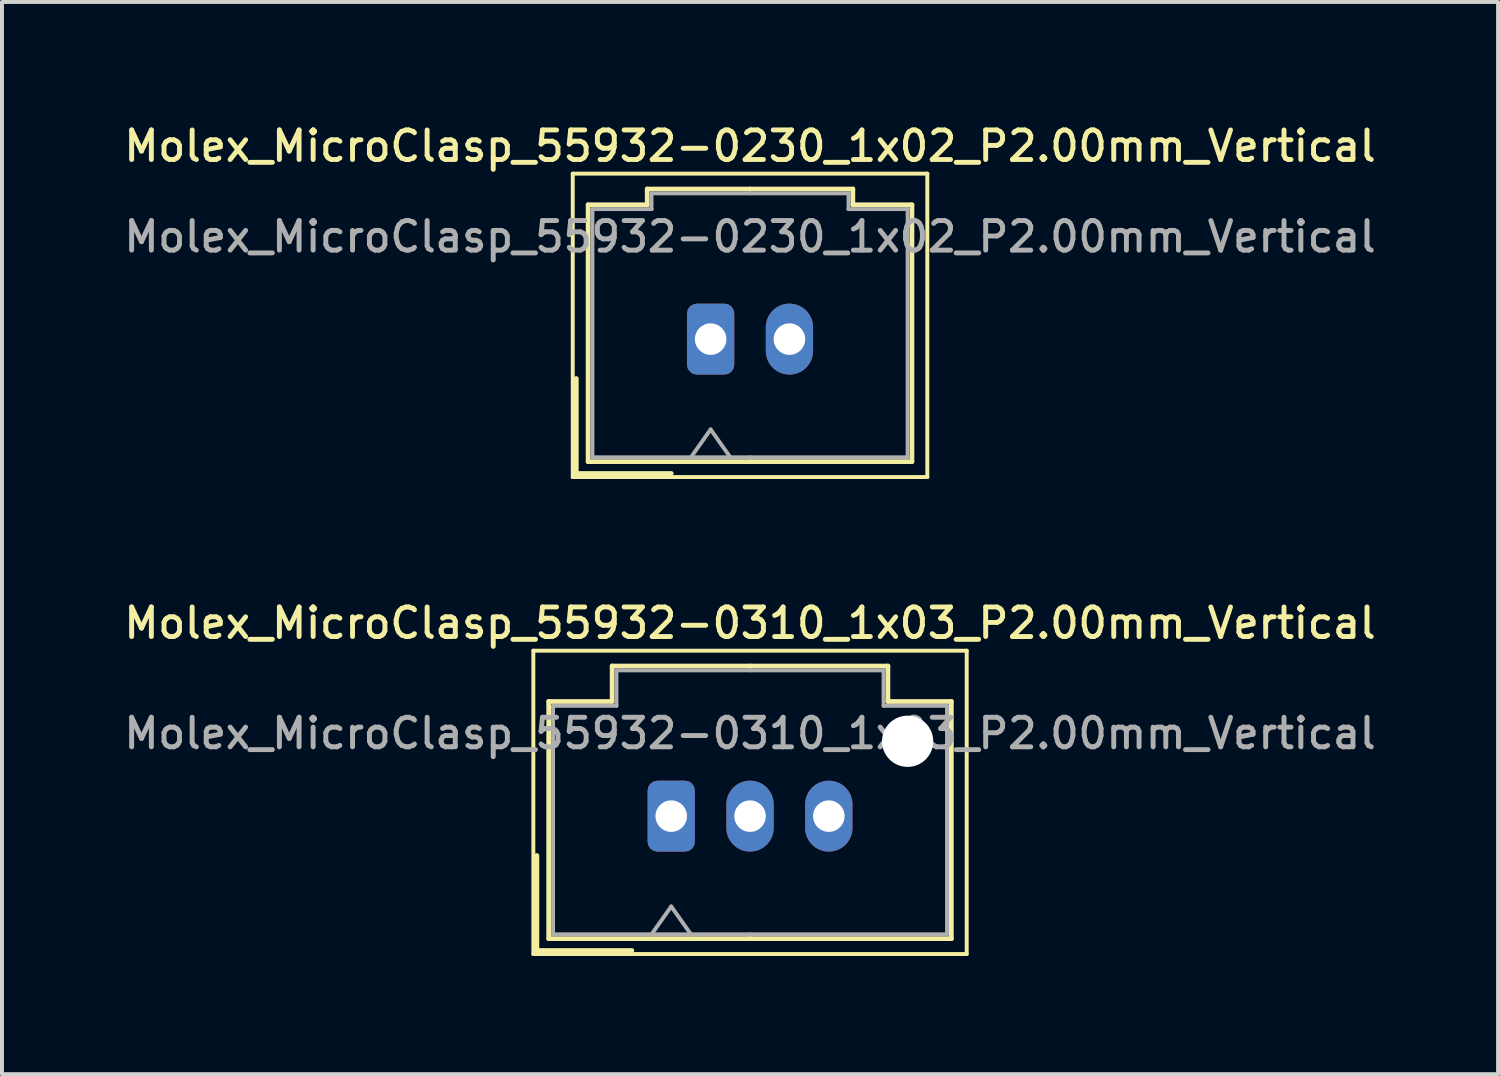
<source format=kicad_pcb>
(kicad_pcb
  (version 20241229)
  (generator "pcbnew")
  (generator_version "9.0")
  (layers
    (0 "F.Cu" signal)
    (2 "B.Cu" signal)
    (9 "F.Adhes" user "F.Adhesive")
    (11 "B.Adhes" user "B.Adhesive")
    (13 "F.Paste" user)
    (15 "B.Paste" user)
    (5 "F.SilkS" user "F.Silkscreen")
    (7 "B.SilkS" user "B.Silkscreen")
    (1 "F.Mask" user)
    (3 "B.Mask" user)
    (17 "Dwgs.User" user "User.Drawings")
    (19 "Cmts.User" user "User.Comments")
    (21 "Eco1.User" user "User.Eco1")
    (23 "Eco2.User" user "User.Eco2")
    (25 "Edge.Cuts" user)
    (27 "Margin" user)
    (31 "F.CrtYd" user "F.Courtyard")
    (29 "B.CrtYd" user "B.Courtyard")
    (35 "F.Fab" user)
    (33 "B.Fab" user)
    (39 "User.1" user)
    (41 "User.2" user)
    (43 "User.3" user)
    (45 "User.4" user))
  (footprint "Molex_MicroClasp_55932-0310_1x03_P2.00mm_Vertical"
    (layer "F.Cu")
    (at 13.988 17.666)
    (property "Reference" "Molex_MicroClasp_55932-0310_1x03_P2.00mm_Vertical" (at 2 -4.9 0) (layer "F.SilkS") (effects (font (size 0.75 0.75) (thickness 0.125))))
    (attr through_hole)
    (fp_line (start -3.5 -4.2) (end -3.5 3.5) (stroke (width 0.1) (type solid)) (layer "F.SilkS"))
    (fp_line (start -3.5 3.5) (end 7.5 3.5) (stroke (width 0.1) (type solid)) (layer "F.SilkS"))
    (fp_line (start -3.41 1) (end -3.41 3.41) (stroke (width 0.12) (type solid)) (layer "F.SilkS"))
    (fp_line (start -3.41 3.41) (end -1 3.41) (stroke (width 0.12) (type solid)) (layer "F.SilkS"))
    (fp_line (start -3.11 -2.91) (end -3.11 3.11) (stroke (width 0.12) (type solid)) (layer "F.SilkS"))
    (fp_line (start -3.11 3.11) (end 2 3.11) (stroke (width 0.12) (type solid)) (layer "F.SilkS"))
    (fp_line (start -1.5 -3.81) (end -1.5 -2.91) (stroke (width 0.12) (type solid)) (layer "F.SilkS"))
    (fp_line (start -1.5 -2.91) (end -3.11 -2.91) (stroke (width 0.12) (type solid)) (layer "F.SilkS"))
    (fp_line (start 2 -3.81) (end -1.5 -3.81) (stroke (width 0.12) (type solid)) (layer "F.SilkS"))
    (fp_line (start 2 -3.81) (end 5.5 -3.81) (stroke (width 0.12) (type solid)) (layer "F.SilkS"))
    (fp_line (start 5.5 -3.81) (end 5.5 -2.91) (stroke (width 0.12) (type solid)) (layer "F.SilkS"))
    (fp_line (start 5.5 -2.91) (end 7.11 -2.91) (stroke (width 0.12) (type solid)) (layer "F.SilkS"))
    (fp_line (start 7.11 -2.91) (end 7.11 3.11) (stroke (width 0.12) (type solid)) (layer "F.SilkS"))
    (fp_line (start 7.11 3.11) (end 2 3.11) (stroke (width 0.12) (type solid)) (layer "F.SilkS"))
    (fp_line (start 7.5 -4.2) (end -3.5 -4.2) (stroke (width 0.1) (type solid)) (layer "F.SilkS"))
    (fp_line (start 7.5 3.5) (end 7.5 -4.2) (stroke (width 0.1) (type solid)) (layer "F.SilkS"))
    (fp_line (start -3 -2.8) (end -3 3) (stroke (width 0.1) (type solid)) (layer "F.Fab"))
    (fp_line (start -3 3) (end 2 3) (stroke (width 0.1) (type solid)) (layer "F.Fab"))
    (fp_line (start -1.39 -3.7) (end -1.39 -2.8) (stroke (width 0.1) (type solid)) (layer "F.Fab"))
    (fp_line (start -1.39 -2.8) (end -3 -2.8) (stroke (width 0.1) (type solid)) (layer "F.Fab"))
    (fp_line (start -0.5 3) (end 0 2.293) (stroke (width 0.1) (type solid)) (layer "F.Fab"))
    (fp_line (start 0 2.293) (end 0.5 3) (stroke (width 0.1) (type solid)) (layer "F.Fab"))
    (fp_line (start 2 -3.7) (end -1.39 -3.7) (stroke (width 0.1) (type solid)) (layer "F.Fab"))
    (fp_line (start 2 -3.7) (end 5.39 -3.7) (stroke (width 0.1) (type solid)) (layer "F.Fab"))
    (fp_line (start 5.39 -3.7) (end 5.39 -2.8) (stroke (width 0.1) (type solid)) (layer "F.Fab"))
    (fp_line (start 5.39 -2.8) (end 7 -2.8) (stroke (width 0.1) (type solid)) (layer "F.Fab"))
    (fp_line (start 7 -2.8) (end 7 3) (stroke (width 0.1) (type solid)) (layer "F.Fab"))
    (fp_line (start 7 3) (end 2 3) (stroke (width 0.1) (type solid)) (layer "F.Fab"))
    (fp_text user "${REFERENCE}" (at 2 -2.1 0) (layer "F.Fab") (effects (font (size 0.75 0.75) (thickness 0.125))))
    (pad "" np_thru_hole circle (at 6 -1.9) (size 1.3 1.3) (drill 1.3) (layers "*.Cu" "*.Mask"))
    (pad "1" thru_hole roundrect (at 0 0) (size 1.2 1.8) (drill 0.8) (layers "*.Cu" "*.Mask") (roundrect_rratio 0.208))
    (pad "2" thru_hole oval (at 2 0) (size 1.2 1.8) (drill 0.8) (layers "*.Cu" "*.Mask"))
    (pad "3" thru_hole oval (at 4 0) (size 1.2 1.8) (drill 0.8) (layers "*.Cu" "*.Mask")))
  (footprint "Molex_MicroClasp_55932-0230_1x02_P2.00mm_Vertical"
    (layer "F.Cu")
    (at 14.988 5.558)
    (property "Reference" "Molex_MicroClasp_55932-0230_1x02_P2.00mm_Vertical" (at 1 -4.9 0) (layer "F.SilkS") (effects (font (size 0.75 0.75) (thickness 0.125))))
    (attr through_hole)
    (fp_line (start -3.5 -4.2) (end -3.5 3.5) (stroke (width 0.1) (type solid)) (layer "F.SilkS"))
    (fp_line (start -3.5 3.5) (end 5.5 3.5) (stroke (width 0.1) (type solid)) (layer "F.SilkS"))
    (fp_line (start -3.41 1) (end -3.41 3.41) (stroke (width 0.12) (type solid)) (layer "F.SilkS"))
    (fp_line (start -3.41 3.41) (end -1 3.41) (stroke (width 0.12) (type solid)) (layer "F.SilkS"))
    (fp_line (start -3.11 -3.41) (end -3.11 3.11) (stroke (width 0.12) (type solid)) (layer "F.SilkS"))
    (fp_line (start -3.11 3.11) (end 1 3.11) (stroke (width 0.12) (type solid)) (layer "F.SilkS"))
    (fp_line (start -1.61 -3.81) (end -1.61 -3.41) (stroke (width 0.12) (type solid)) (layer "F.SilkS"))
    (fp_line (start -1.61 -3.41) (end -3.11 -3.41) (stroke (width 0.12) (type solid)) (layer "F.SilkS"))
    (fp_line (start 1 -3.81) (end -1.61 -3.81) (stroke (width 0.12) (type solid)) (layer "F.SilkS"))
    (fp_line (start 1 -3.81) (end 3.61 -3.81) (stroke (width 0.12) (type solid)) (layer "F.SilkS"))
    (fp_line (start 3.61 -3.81) (end 3.61 -3.41) (stroke (width 0.12) (type solid)) (layer "F.SilkS"))
    (fp_line (start 3.61 -3.41) (end 5.11 -3.41) (stroke (width 0.12) (type solid)) (layer "F.SilkS"))
    (fp_line (start 5.11 -3.41) (end 5.11 3.11) (stroke (width 0.12) (type solid)) (layer "F.SilkS"))
    (fp_line (start 5.11 3.11) (end 1 3.11) (stroke (width 0.12) (type solid)) (layer "F.SilkS"))
    (fp_line (start 5.5 -4.2) (end -3.5 -4.2) (stroke (width 0.1) (type solid)) (layer "F.SilkS"))
    (fp_line (start 5.5 3.5) (end 5.5 -4.2) (stroke (width 0.1) (type solid)) (layer "F.SilkS"))
    (fp_line (start -3 -3.3) (end -3 3) (stroke (width 0.1) (type solid)) (layer "F.Fab"))
    (fp_line (start -3 3) (end 1 3) (stroke (width 0.1) (type solid)) (layer "F.Fab"))
    (fp_line (start -1.5 -3.7) (end -1.5 -3.3) (stroke (width 0.1) (type solid)) (layer "F.Fab"))
    (fp_line (start -1.5 -3.3) (end -3 -3.3) (stroke (width 0.1) (type solid)) (layer "F.Fab"))
    (fp_line (start -0.5 3) (end 0 2.293) (stroke (width 0.1) (type solid)) (layer "F.Fab"))
    (fp_line (start 0 2.293) (end 0.5 3) (stroke (width 0.1) (type solid)) (layer "F.Fab"))
    (fp_line (start 1 -3.7) (end -1.5 -3.7) (stroke (width 0.1) (type solid)) (layer "F.Fab"))
    (fp_line (start 1 -3.7) (end 3.5 -3.7) (stroke (width 0.1) (type solid)) (layer "F.Fab"))
    (fp_line (start 3.5 -3.7) (end 3.5 -3.3) (stroke (width 0.1) (type solid)) (layer "F.Fab"))
    (fp_line (start 3.5 -3.3) (end 5 -3.3) (stroke (width 0.1) (type solid)) (layer "F.Fab"))
    (fp_line (start 5 -3.3) (end 5 3) (stroke (width 0.1) (type solid)) (layer "F.Fab"))
    (fp_line (start 5 3) (end 1 3) (stroke (width 0.1) (type solid)) (layer "F.Fab"))
    (fp_text user "${REFERENCE}" (at 1 -2.6 0) (layer "F.Fab") (effects (font (size 0.75 0.75) (thickness 0.125))))
    (pad "1" thru_hole roundrect (at 0 0) (size 1.2 1.8) (drill 0.8) (layers "*.Cu" "*.Mask") (roundrect_rratio 0.208))
    (pad "2" thru_hole oval (at 2 0) (size 1.2 1.8) (drill 0.8) (layers "*.Cu" "*.Mask")))
  (gr_rect
    (start -3 -3)
    (end 34.975 24.216)
    (stroke (width 0.1) (type default))
    (fill no)
    (layer "Edge.Cuts")))
</source>
